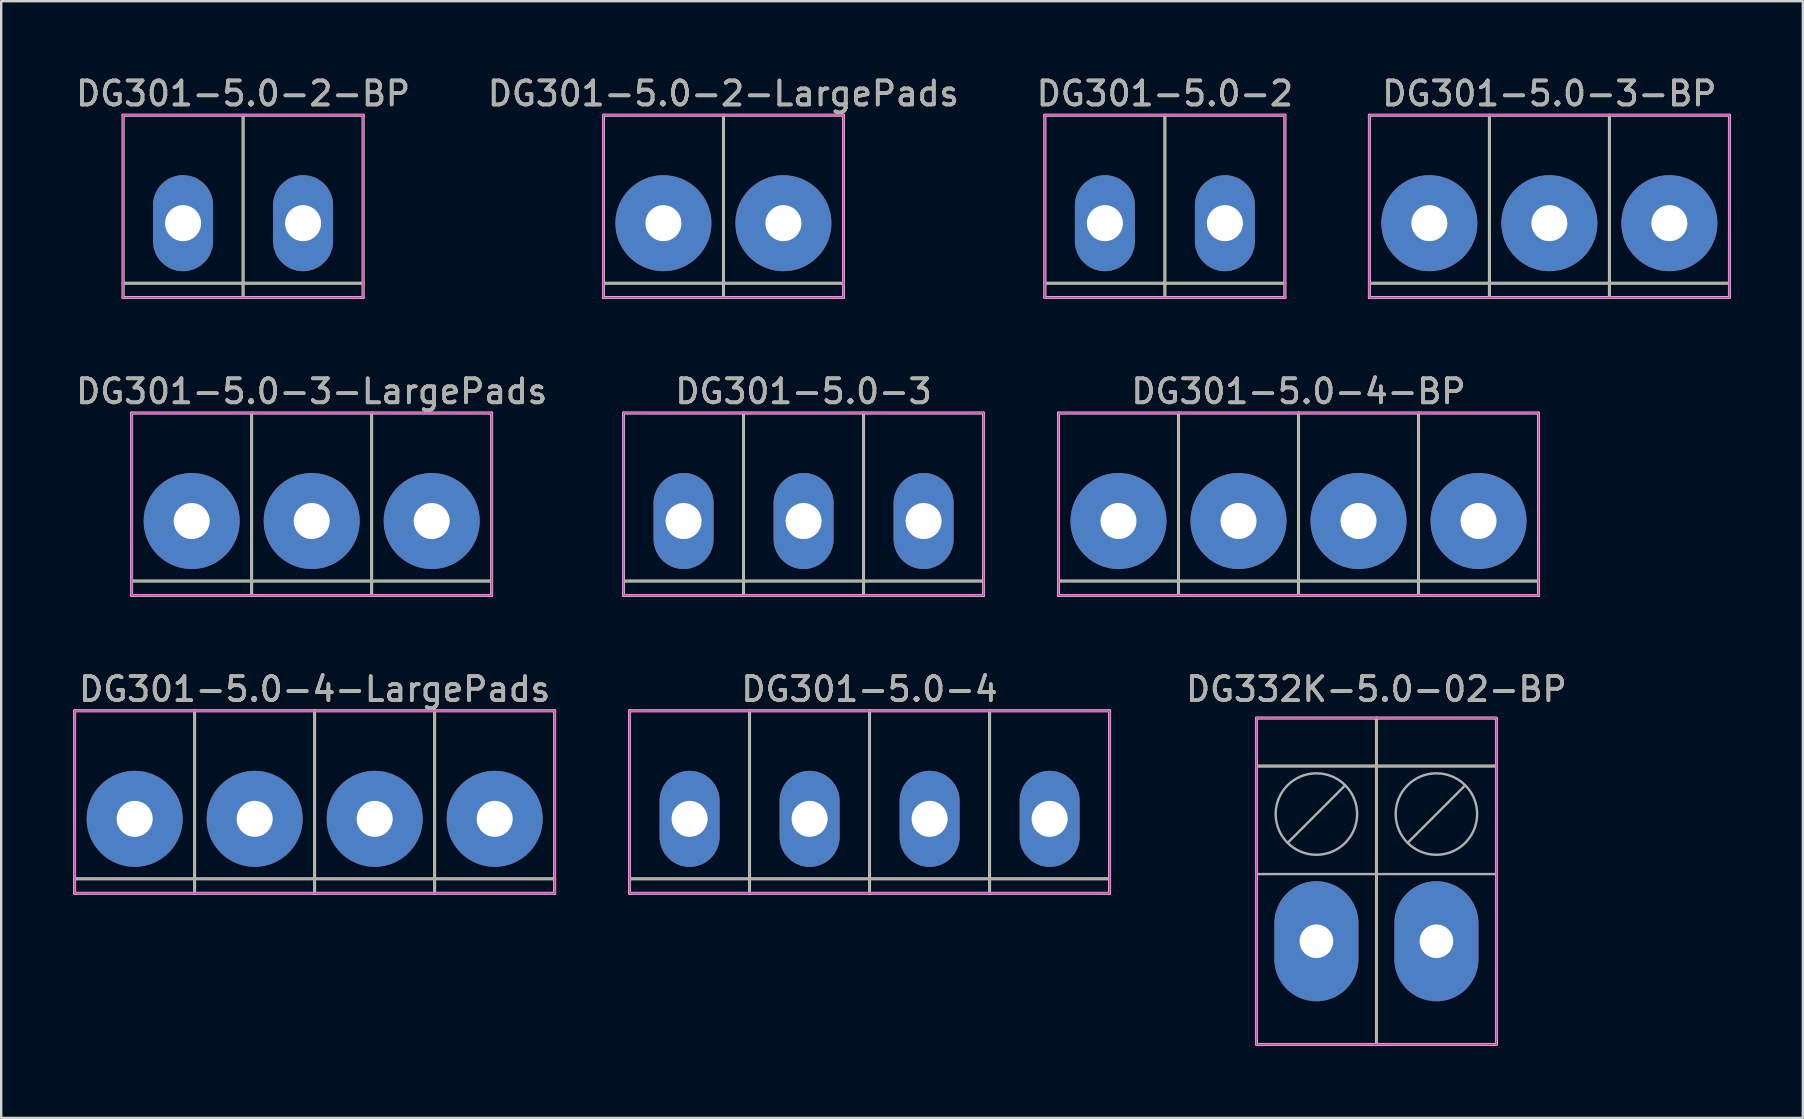
<source format=kicad_pcb>
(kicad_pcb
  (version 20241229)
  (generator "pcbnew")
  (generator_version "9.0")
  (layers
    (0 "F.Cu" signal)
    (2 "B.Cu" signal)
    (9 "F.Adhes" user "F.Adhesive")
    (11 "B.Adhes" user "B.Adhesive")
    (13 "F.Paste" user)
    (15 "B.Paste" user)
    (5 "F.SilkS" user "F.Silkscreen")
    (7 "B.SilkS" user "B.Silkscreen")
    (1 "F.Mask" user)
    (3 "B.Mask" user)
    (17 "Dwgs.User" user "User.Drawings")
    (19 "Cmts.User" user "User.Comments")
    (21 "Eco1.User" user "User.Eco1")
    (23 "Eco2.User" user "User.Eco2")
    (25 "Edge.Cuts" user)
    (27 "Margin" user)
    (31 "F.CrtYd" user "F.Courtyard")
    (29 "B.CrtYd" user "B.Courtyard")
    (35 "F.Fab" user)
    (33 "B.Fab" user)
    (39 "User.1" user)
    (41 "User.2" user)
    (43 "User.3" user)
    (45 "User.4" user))
  (footprint "DG332K-5.0-02-BP"
    (layer "F.Cu")
    (at 51.794 36.165)
    (property "Reference" "DG332K-5.0-02-BP" (at 2.499 -10.5 0) (layer "F.SilkS") (effects (font (size 1 1) (thickness 0.15))))
    (attr through_hole)
    (fp_line (start -2.5 -7.3) (end 7.5 -7.3) (stroke (width 0.12) (type solid)) (layer "F.SilkS"))
    (fp_line (start 2.5 -9.3) (end 2.5 4.3) (stroke (width 0.12) (type solid)) (layer "F.SilkS"))
    (fp_rect (start -2.5 -9.3) (end 7.5 4.3) (stroke (width 0.12) (type solid)) (fill no) (layer "F.SilkS"))
    (fp_rect (start -2.5 -9.3) (end 7.5 4.3) (stroke (width 0.05) (type solid)) (fill no) (layer "F.CrtYd"))
    (fp_line (start -2.5 -7.3) (end 7.5 -7.3) (stroke (width 0.1) (type solid)) (layer "F.Fab"))
    (fp_line (start -1.2 -4.1) (end 1.2 -6.5) (stroke (width 0.1) (type solid)) (layer "F.Fab"))
    (fp_line (start 2.5 4.3) (end 2.5 -9.3) (stroke (width 0.1) (type solid)) (layer "F.Fab"))
    (fp_line (start 3.8 -4.1) (end 6.2 -6.5) (stroke (width 0.1) (type solid)) (layer "F.Fab"))
    (fp_line (start 7.5 -2.8) (end -2.5 -2.8) (stroke (width 0.1) (type solid)) (layer "F.Fab"))
    (fp_rect (start -2.5 -9.3) (end 7.5 4.3) (stroke (width 0.1) (type solid)) (fill no) (layer "F.Fab"))
    (fp_circle (center 0 -5.3) (end 1.2 -6.5) (stroke (width 0.1) (type solid)) (fill no) (layer "F.Fab"))
    (fp_circle (center 5 -5.3) (end 6.2 -6.5) (stroke (width 0.1) (type solid)) (fill no) (layer "F.Fab"))
    (fp_text user "${REFERENCE}" (at 2.499 -10.5 0) (unlocked yes) (layer "F.Fab") (effects (font (size 1 1) (thickness 0.15))))
    (pad "1" thru_hole oval (at 0 0) (size 3.5 5) (drill 1.4) (layers "*.Cu" "*.Mask"))
    (pad "2" thru_hole oval (at 5 0) (size 3.5 5) (drill 1.4) (layers "*.Cu" "*.Mask")))
  (footprint "DG301-5.0-3"
    (layer "F.Cu")
    (at 25.429 18.657)
    (property "Reference" "DG301-5.0-3" (at 5 -5.4 0) (unlocked yes) (layer "F.SilkS") (effects (font (size 1 1) (thickness 0.15))))
    (attr through_hole)
    (fp_line (start -2.5 -4.5) (end -2.5 3.1) (stroke (width 0.12) (type solid)) (layer "F.SilkS"))
    (fp_line (start -2.5 2.5) (end 12.5 2.5) (stroke (width 0.12) (type solid)) (layer "F.SilkS"))
    (fp_line (start -2.5 3.1) (end 12.5 3.1) (stroke (width 0.12) (type solid)) (layer "F.SilkS"))
    (fp_line (start 2.5 -4.5) (end 2.5 3.1) (stroke (width 0.12) (type solid)) (layer "F.SilkS"))
    (fp_line (start 7.5 3.1) (end 7.5 -4.5) (stroke (width 0.12) (type solid)) (layer "F.SilkS"))
    (fp_line (start 12.5 -4.5) (end -2.5 -4.5) (stroke (width 0.12) (type solid)) (layer "F.SilkS"))
    (fp_line (start 12.5 3.1) (end 12.5 -4.5) (stroke (width 0.12) (type solid)) (layer "F.SilkS"))
    (fp_rect (start -2.5 -4.5) (end 12.5 3.1) (stroke (width 0.05) (type solid)) (fill no) (layer "F.CrtYd"))
    (fp_line (start -2.5 2.5) (end 12.5 2.5) (stroke (width 0.1) (type solid)) (layer "F.Fab"))
    (fp_line (start 2.5 -4.5) (end 2.5 3.1) (stroke (width 0.1) (type solid)) (layer "F.Fab"))
    (fp_line (start 7.5 -4.5) (end 7.5 3.1) (stroke (width 0.1) (type solid)) (layer "F.Fab"))
    (fp_rect (start -2.5 -4.5) (end 12.5 3.1) (stroke (width 0.1) (type solid)) (fill no) (layer "F.Fab"))
    (fp_text user "${REFERENCE}" (at 5 -5.4 0) (unlocked yes) (layer "F.Fab") (effects (font (size 1 1) (thickness 0.15))))
    (pad "1" thru_hole oval (at 0 0) (size 2.5 4) (drill 1.5) (layers "*.Cu" "*.Mask"))
    (pad "2" thru_hole oval (at 5 0) (size 2.5 4) (drill 1.5) (layers "*.Cu" "*.Mask"))
    (pad "3" thru_hole oval (at 10 0) (size 2.5 4) (drill 1.5) (layers "*.Cu" "*.Mask")))
  (footprint "DG301-5.0-3-LargePads"
    (layer "F.Cu")
    (at 4.935 18.657)
    (property "Reference" "DG301-5.0-3-LargePads" (at 5 -5.4 0) (unlocked yes) (layer "F.SilkS") (effects (font (size 1 1) (thickness 0.15))))
    (attr through_hole)
    (fp_line (start -2.5 -4.5) (end -2.5 3.1) (stroke (width 0.12) (type solid)) (layer "F.SilkS"))
    (fp_line (start -2.5 2.5) (end 12.5 2.5) (stroke (width 0.12) (type solid)) (layer "F.SilkS"))
    (fp_line (start -2.5 3.1) (end 12.5 3.1) (stroke (width 0.12) (type solid)) (layer "F.SilkS"))
    (fp_line (start 2.5 -4.5) (end 2.5 3.1) (stroke (width 0.12) (type solid)) (layer "F.SilkS"))
    (fp_line (start 7.5 3.1) (end 7.5 -4.5) (stroke (width 0.12) (type solid)) (layer "F.SilkS"))
    (fp_line (start 12.5 -4.5) (end -2.5 -4.5) (stroke (width 0.12) (type solid)) (layer "F.SilkS"))
    (fp_line (start 12.5 3.1) (end 12.5 -4.5) (stroke (width 0.12) (type solid)) (layer "F.SilkS"))
    (fp_rect (start -2.5 -4.5) (end 12.5 3.1) (stroke (width 0.05) (type solid)) (fill no) (layer "F.CrtYd"))
    (fp_line (start -2.5 2.5) (end 12.5 2.5) (stroke (width 0.1) (type solid)) (layer "F.Fab"))
    (fp_line (start 2.5 -4.5) (end 2.5 3.1) (stroke (width 0.1) (type solid)) (layer "F.Fab"))
    (fp_line (start 7.5 -4.5) (end 7.5 3.1) (stroke (width 0.1) (type solid)) (layer "F.Fab"))
    (fp_rect (start -2.5 -4.5) (end 12.5 3.1) (stroke (width 0.1) (type solid)) (fill no) (layer "F.Fab"))
    (fp_text user "${REFERENCE}" (at 5 -5.4 0) (unlocked yes) (layer "F.Fab") (effects (font (size 1 1) (thickness 0.15))))
    (pad "1" thru_hole circle (at 0 0) (size 4 4) (drill 1.5) (layers "*.Cu" "*.Mask"))
    (pad "2" thru_hole circle (at 5 0) (size 4 4) (drill 1.5) (layers "*.Cu" "*.Mask"))
    (pad "3" thru_hole circle (at 10 0) (size 4 4) (drill 1.5) (layers "*.Cu" "*.Mask")))
  (footprint "DG301-5.0-4-LargePads"
    (layer "F.Cu")
    (at 2.56 31.065)
    (property "Reference" "DG301-5.0-4-LargePads" (at 7.5 -5.4 0) (unlocked yes) (layer "F.SilkS") (effects (font (size 1 1) (thickness 0.15))))
    (attr through_hole)
    (fp_line (start -2.5 -4.5) (end -2.5 3.1) (stroke (width 0.12) (type solid)) (layer "F.SilkS"))
    (fp_line (start -2.5 2.5) (end 7.5 2.5) (stroke (width 0.12) (type solid)) (layer "F.SilkS"))
    (fp_line (start -2.5 3.1) (end 7.5 3.1) (stroke (width 0.12) (type solid)) (layer "F.SilkS"))
    (fp_line (start 2.5 -4.5) (end 2.5 3.1) (stroke (width 0.12) (type solid)) (layer "F.SilkS"))
    (fp_line (start 7.5 -4.5) (end -2.5 -4.5) (stroke (width 0.12) (type solid)) (layer "F.SilkS"))
    (fp_line (start 7.5 -4.5) (end 7.5 3.1) (stroke (width 0.12) (type solid)) (layer "F.SilkS"))
    (fp_line (start 7.5 2.5) (end 17.5 2.5) (stroke (width 0.12) (type solid)) (layer "F.SilkS"))
    (fp_line (start 7.5 3.1) (end 17.5 3.1) (stroke (width 0.12) (type solid)) (layer "F.SilkS"))
    (fp_line (start 12.5 -4.5) (end 12.5 3.1) (stroke (width 0.12) (type solid)) (layer "F.SilkS"))
    (fp_line (start 17.5 -4.5) (end 7.5 -4.5) (stroke (width 0.12) (type solid)) (layer "F.SilkS"))
    (fp_line (start 17.5 -4.5) (end 17.5 3.1) (stroke (width 0.12) (type solid)) (layer "F.SilkS"))
    (fp_rect (start -2.5 -4.5) (end 17.5 3.1) (stroke (width 0.05) (type solid)) (fill no) (layer "F.CrtYd"))
    (fp_line (start -2.5 2.5) (end 17.5 2.5) (stroke (width 0.1) (type solid)) (layer "F.Fab"))
    (fp_line (start 2.5 -4.5) (end 2.5 3.1) (stroke (width 0.1) (type solid)) (layer "F.Fab"))
    (fp_line (start 7.5 -4.5) (end 7.5 3.1) (stroke (width 0.1) (type solid)) (layer "F.Fab"))
    (fp_line (start 12.5 -4.5) (end 12.5 3.1) (stroke (width 0.1) (type solid)) (layer "F.Fab"))
    (fp_rect (start -2.5 -4.5) (end 17.5 3.1) (stroke (width 0.1) (type solid)) (fill no) (layer "F.Fab"))
    (fp_text user "${REFERENCE}" (at 7.5 -5.4 0) (unlocked yes) (layer "F.Fab") (effects (font (size 1 1) (thickness 0.15))))
    (pad "1" thru_hole circle (at 0 0) (size 4 4) (drill 1.5) (layers "*.Cu" "*.Mask"))
    (pad "2" thru_hole circle (at 5 0) (size 4 4) (drill 1.5) (layers "*.Cu" "*.Mask"))
    (pad "3" thru_hole circle (at 10 0) (size 4 4) (drill 1.5) (layers "*.Cu" "*.Mask"))
    (pad "4" thru_hole circle (at 15 0) (size 4 4) (drill 1.5) (layers "*.Cu" "*.Mask")))
  (footprint "DG301-5.0-4-BP"
    (layer "F.Cu")
    (at 43.549 18.657)
    (property "Reference" "DG301-5.0-4-BP" (at 7.5 -5.4 0) (unlocked yes) (layer "F.SilkS") (effects (font (size 1 1) (thickness 0.15))))
    (attr through_hole)
    (fp_line (start -2.5 -4.5) (end -2.5 3.1) (stroke (width 0.12) (type solid)) (layer "F.SilkS"))
    (fp_line (start -2.5 2.5) (end 7.5 2.5) (stroke (width 0.12) (type solid)) (layer "F.SilkS"))
    (fp_line (start -2.5 3.1) (end 7.5 3.1) (stroke (width 0.12) (type solid)) (layer "F.SilkS"))
    (fp_line (start 2.5 -4.5) (end 2.5 3.1) (stroke (width 0.12) (type solid)) (layer "F.SilkS"))
    (fp_line (start 7.5 -4.5) (end -2.5 -4.5) (stroke (width 0.12) (type solid)) (layer "F.SilkS"))
    (fp_line (start 7.5 -4.5) (end 7.5 3.1) (stroke (width 0.12) (type solid)) (layer "F.SilkS"))
    (fp_line (start 7.5 2.5) (end 17.5 2.5) (stroke (width 0.12) (type solid)) (layer "F.SilkS"))
    (fp_line (start 7.5 3.1) (end 17.5 3.1) (stroke (width 0.12) (type solid)) (layer "F.SilkS"))
    (fp_line (start 12.5 -4.5) (end 12.5 3.1) (stroke (width 0.12) (type solid)) (layer "F.SilkS"))
    (fp_line (start 17.5 -4.5) (end 7.5 -4.5) (stroke (width 0.12) (type solid)) (layer "F.SilkS"))
    (fp_line (start 17.5 -4.5) (end 17.5 3.1) (stroke (width 0.12) (type solid)) (layer "F.SilkS"))
    (fp_rect (start -2.5 -4.5) (end 17.5 3.1) (stroke (width 0.05) (type solid)) (fill no) (layer "F.CrtYd"))
    (fp_line (start -2.5 2.5) (end 17.5 2.5) (stroke (width 0.1) (type solid)) (layer "F.Fab"))
    (fp_line (start 2.5 -4.5) (end 2.5 3.1) (stroke (width 0.1) (type solid)) (layer "F.Fab"))
    (fp_line (start 7.5 -4.5) (end 7.5 3.1) (stroke (width 0.1) (type solid)) (layer "F.Fab"))
    (fp_line (start 12.5 -4.5) (end 12.5 3.1) (stroke (width 0.1) (type solid)) (layer "F.Fab"))
    (fp_rect (start -2.5 -4.5) (end 17.5 3.1) (stroke (width 0.1) (type solid)) (fill no) (layer "F.Fab"))
    (fp_text user "${REFERENCE}" (at 7.5 -5.4 0) (unlocked yes) (layer "F.Fab") (effects (font (size 1 1) (thickness 0.15))))
    (pad "1" thru_hole circle (at 0 0) (size 4 4) (drill 1.5) (layers "*.Cu" "*.Mask"))
    (pad "2" thru_hole circle (at 5 0) (size 4 4) (drill 1.5) (layers "*.Cu" "*.Mask"))
    (pad "3" thru_hole circle (at 10 0) (size 4 4) (drill 1.5) (layers "*.Cu" "*.Mask"))
    (pad "4" thru_hole circle (at 15 0) (size 4 4) (drill 1.5) (layers "*.Cu" "*.Mask")))
  (footprint "DG301-5.0-2"
    (layer "F.Cu")
    (at 42.982 6.248)
    (property "Reference" "DG301-5.0-2" (at 2.5 -5.4 0) (unlocked yes) (layer "F.SilkS") (effects (font (size 1 1) (thickness 0.15))))
    (attr through_hole)
    (fp_line (start -2.5 -4.5) (end -2.5 3.1) (stroke (width 0.12) (type solid)) (layer "F.SilkS"))
    (fp_line (start -2.5 2.5) (end 7.5 2.5) (stroke (width 0.12) (type solid)) (layer "F.SilkS"))
    (fp_line (start -2.5 3.1) (end 7.5 3.1) (stroke (width 0.12) (type solid)) (layer "F.SilkS"))
    (fp_line (start 2.5 -4.5) (end 2.5 3.1) (stroke (width 0.12) (type solid)) (layer "F.SilkS"))
    (fp_line (start 7.5 -4.5) (end -2.5 -4.5) (stroke (width 0.12) (type solid)) (layer "F.SilkS"))
    (fp_line (start 7.5 3.1) (end 7.5 -4.5) (stroke (width 0.12) (type solid)) (layer "F.SilkS"))
    (fp_rect (start -2.5 -4.5) (end 7.5 3.1) (stroke (width 0.05) (type solid)) (fill no) (layer "F.CrtYd"))
    (fp_line (start -2.5 2.5) (end 7.5 2.5) (stroke (width 0.1) (type solid)) (layer "F.Fab"))
    (fp_line (start 2.5 -4.5) (end 2.5 3.1) (stroke (width 0.1) (type solid)) (layer "F.Fab"))
    (fp_rect (start -2.5 -4.5) (end 7.5 3.1) (stroke (width 0.1) (type solid)) (fill no) (layer "F.Fab"))
    (fp_text user "${REFERENCE}" (at 2.5 -5.4 0) (unlocked yes) (layer "F.Fab") (effects (font (size 1 1) (thickness 0.15))))
    (pad "1" thru_hole oval (at 0 0) (size 2.5 4) (drill 1.5) (layers "*.Cu" "*.Mask"))
    (pad "2" thru_hole oval (at 5 0) (size 2.5 4) (drill 1.5) (layers "*.Cu" "*.Mask")))
  (footprint "DG301-5.0-2-LargePads"
    (layer "F.Cu")
    (at 24.589 6.248)
    (property "Reference" "DG301-5.0-2-LargePads" (at 2.5 -5.4 0) (unlocked yes) (layer "F.SilkS") (effects (font (size 1 1) (thickness 0.15))))
    (attr through_hole)
    (fp_line (start -2.5 -4.5) (end -2.5 3.1) (stroke (width 0.12) (type solid)) (layer "F.SilkS"))
    (fp_line (start -2.5 2.5) (end 7.5 2.5) (stroke (width 0.12) (type solid)) (layer "F.SilkS"))
    (fp_line (start -2.5 3.1) (end 7.5 3.1) (stroke (width 0.12) (type solid)) (layer "F.SilkS"))
    (fp_line (start 2.5 -4.5) (end 2.5 3.1) (stroke (width 0.12) (type solid)) (layer "F.SilkS"))
    (fp_line (start 7.5 -4.5) (end -2.5 -4.5) (stroke (width 0.12) (type solid)) (layer "F.SilkS"))
    (fp_line (start 7.5 3.1) (end 7.5 -4.5) (stroke (width 0.12) (type solid)) (layer "F.SilkS"))
    (fp_rect (start -2.5 -4.5) (end 7.5 3.1) (stroke (width 0.05) (type solid)) (fill no) (layer "F.CrtYd"))
    (fp_line (start -2.5 2.5) (end 7.5 2.5) (stroke (width 0.1) (type solid)) (layer "F.Fab"))
    (fp_line (start 2.5 -4.5) (end 2.5 3.1) (stroke (width 0.1) (type solid)) (layer "F.Fab"))
    (fp_rect (start -2.5 -4.5) (end 7.5 3.1) (stroke (width 0.1) (type solid)) (fill no) (layer "F.Fab"))
    (fp_text user "${REFERENCE}" (at 2.5 -5.4 0) (unlocked yes) (layer "F.Fab") (effects (font (size 1 1) (thickness 0.15))))
    (pad "1" thru_hole circle (at 0 0) (size 4 4) (drill 1.5) (layers "*.Cu" "*.Mask"))
    (pad "2" thru_hole oval (at 5 0) (size 4 4) (drill 1.5) (layers "*.Cu" "*.Mask")))
  (footprint "DG301-5.0-4"
    (layer "F.Cu")
    (at 25.68 31.065)
    (property "Reference" "DG301-5.0-4" (at 7.5 -5.4 0) (unlocked yes) (layer "F.SilkS") (effects (font (size 1 1) (thickness 0.15))))
    (attr through_hole)
    (fp_line (start -2.5 -4.5) (end -2.5 3.1) (stroke (width 0.12) (type solid)) (layer "F.SilkS"))
    (fp_line (start -2.5 2.5) (end 7.5 2.5) (stroke (width 0.12) (type solid)) (layer "F.SilkS"))
    (fp_line (start -2.5 3.1) (end 7.5 3.1) (stroke (width 0.12) (type solid)) (layer "F.SilkS"))
    (fp_line (start 2.5 -4.5) (end 2.5 3.1) (stroke (width 0.12) (type solid)) (layer "F.SilkS"))
    (fp_line (start 7.5 -4.5) (end -2.5 -4.5) (stroke (width 0.12) (type solid)) (layer "F.SilkS"))
    (fp_line (start 7.5 -4.5) (end 7.5 3.1) (stroke (width 0.12) (type solid)) (layer "F.SilkS"))
    (fp_line (start 7.5 2.5) (end 17.5 2.5) (stroke (width 0.12) (type solid)) (layer "F.SilkS"))
    (fp_line (start 7.5 3.1) (end 17.5 3.1) (stroke (width 0.12) (type solid)) (layer "F.SilkS"))
    (fp_line (start 12.5 -4.5) (end 12.5 3.1) (stroke (width 0.12) (type solid)) (layer "F.SilkS"))
    (fp_line (start 17.5 -4.5) (end 7.5 -4.5) (stroke (width 0.12) (type solid)) (layer "F.SilkS"))
    (fp_line (start 17.5 -4.5) (end 17.5 3.1) (stroke (width 0.12) (type solid)) (layer "F.SilkS"))
    (fp_rect (start -2.5 -4.5) (end 17.5 3.1) (stroke (width 0.05) (type solid)) (fill no) (layer "F.CrtYd"))
    (fp_line (start -2.5 2.5) (end 17.5 2.5) (stroke (width 0.1) (type solid)) (layer "F.Fab"))
    (fp_line (start 2.5 -4.5) (end 2.5 3.1) (stroke (width 0.1) (type solid)) (layer "F.Fab"))
    (fp_line (start 7.5 -4.5) (end 7.5 3.1) (stroke (width 0.1) (type solid)) (layer "F.Fab"))
    (fp_line (start 12.5 -4.5) (end 12.5 3.1) (stroke (width 0.1) (type solid)) (layer "F.Fab"))
    (fp_rect (start -2.5 -4.5) (end 17.5 3.1) (stroke (width 0.1) (type solid)) (fill no) (layer "F.Fab"))
    (fp_text user "${REFERENCE}" (at 7.5 -5.4 0) (unlocked yes) (layer "F.Fab") (effects (font (size 1 1) (thickness 0.15))))
    (pad "1" thru_hole oval (at 0 0) (size 2.5 4) (drill 1.5) (layers "*.Cu" "*.Mask"))
    (pad "2" thru_hole oval (at 5 0) (size 2.5 4) (drill 1.5) (layers "*.Cu" "*.Mask"))
    (pad "3" thru_hole oval (at 10 0) (size 2.5 4) (drill 1.5) (layers "*.Cu" "*.Mask"))
    (pad "4" thru_hole oval (at 15 0) (size 2.5 4) (drill 1.5) (layers "*.Cu" "*.Mask")))
  (footprint "DG301-5.0-3-BP"
    (layer "F.Cu")
    (at 56.5 6.248)
    (property "Reference" "DG301-5.0-3-BP" (at 5 -5.4 0) (unlocked yes) (layer "F.SilkS") (effects (font (size 1 1) (thickness 0.15))))
    (attr through_hole)
    (fp_line (start -2.5 -4.5) (end -2.5 3.1) (stroke (width 0.12) (type solid)) (layer "F.SilkS"))
    (fp_line (start -2.5 2.5) (end 12.5 2.5) (stroke (width 0.12) (type solid)) (layer "F.SilkS"))
    (fp_line (start -2.5 3.1) (end 12.5 3.1) (stroke (width 0.12) (type solid)) (layer "F.SilkS"))
    (fp_line (start 2.5 -4.5) (end 2.5 3.1) (stroke (width 0.12) (type solid)) (layer "F.SilkS"))
    (fp_line (start 7.5 3.1) (end 7.5 -4.5) (stroke (width 0.12) (type solid)) (layer "F.SilkS"))
    (fp_line (start 12.5 -4.5) (end -2.5 -4.5) (stroke (width 0.12) (type solid)) (layer "F.SilkS"))
    (fp_line (start 12.5 3.1) (end 12.5 -4.5) (stroke (width 0.12) (type solid)) (layer "F.SilkS"))
    (fp_rect (start -2.5 -4.5) (end 12.5 3.1) (stroke (width 0.05) (type solid)) (fill no) (layer "F.CrtYd"))
    (fp_line (start -2.5 2.5) (end 12.5 2.5) (stroke (width 0.1) (type solid)) (layer "F.Fab"))
    (fp_line (start 2.5 -4.5) (end 2.5 3.1) (stroke (width 0.1) (type solid)) (layer "F.Fab"))
    (fp_line (start 7.5 -4.5) (end 7.5 3.1) (stroke (width 0.1) (type solid)) (layer "F.Fab"))
    (fp_rect (start -2.5 -4.5) (end 12.5 3.1) (stroke (width 0.1) (type solid)) (fill no) (layer "F.Fab"))
    (fp_text user "${REFERENCE}" (at 5 -5.4 0) (unlocked yes) (layer "F.Fab") (effects (font (size 1 1) (thickness 0.15))))
    (pad "1" thru_hole circle (at 0 0) (size 4 4) (drill 1.5) (layers "*.Cu" "*.Mask"))
    (pad "2" thru_hole circle (at 5 0) (size 4 4) (drill 1.5) (layers "*.Cu" "*.Mask"))
    (pad "3" thru_hole circle (at 10 0) (size 4 4) (drill 1.5) (layers "*.Cu" "*.Mask")))
  (footprint "DG301-5.0-2-BP"
    (layer "F.Cu")
    (at 4.577 6.248)
    (property "Reference" "DG301-5.0-2-BP" (at 2.5 -5.4 0) (unlocked yes) (layer "F.SilkS") (effects (font (size 1 1) (thickness 0.15))))
    (attr through_hole)
    (fp_line (start -2.5 -4.5) (end -2.5 3.1) (stroke (width 0.12) (type solid)) (layer "F.SilkS"))
    (fp_line (start -2.5 2.5) (end 7.5 2.5) (stroke (width 0.12) (type solid)) (layer "F.SilkS"))
    (fp_line (start -2.5 3.1) (end 7.5 3.1) (stroke (width 0.12) (type solid)) (layer "F.SilkS"))
    (fp_line (start 2.5 -4.5) (end 2.5 3.1) (stroke (width 0.12) (type solid)) (layer "F.SilkS"))
    (fp_line (start 7.5 -4.5) (end -2.5 -4.5) (stroke (width 0.12) (type solid)) (layer "F.SilkS"))
    (fp_line (start 7.5 3.1) (end 7.5 -4.5) (stroke (width 0.12) (type solid)) (layer "F.SilkS"))
    (fp_rect (start -2.5 -4.5) (end 7.5 3.1) (stroke (width 0.05) (type solid)) (fill no) (layer "F.CrtYd"))
    (fp_line (start -2.5 2.5) (end 7.5 2.5) (stroke (width 0.1) (type solid)) (layer "F.Fab"))
    (fp_line (start 2.5 -4.5) (end 2.5 3.1) (stroke (width 0.1) (type solid)) (layer "F.Fab"))
    (fp_rect (start -2.5 -4.5) (end 7.5 3.1) (stroke (width 0.1) (type solid)) (fill no) (layer "F.Fab"))
    (fp_text user "${REFERENCE}" (at 2.5 -5.4 0) (unlocked yes) (layer "F.Fab") (effects (font (size 1 1) (thickness 0.15))))
    (pad "1" thru_hole oval (at 0 0) (size 2.5 4) (drill 1.5) (layers "*.Cu" "*.Mask"))
    (pad "2" thru_hole oval (at 5 0) (size 2.5 4) (drill 1.5) (layers "*.Cu" "*.Mask")))
  (gr_rect
    (start -3 -3)
    (end 72.06 43.525)
    (stroke (width 0.1) (type default))
    (fill no)
    (layer "Edge.Cuts")))
</source>
